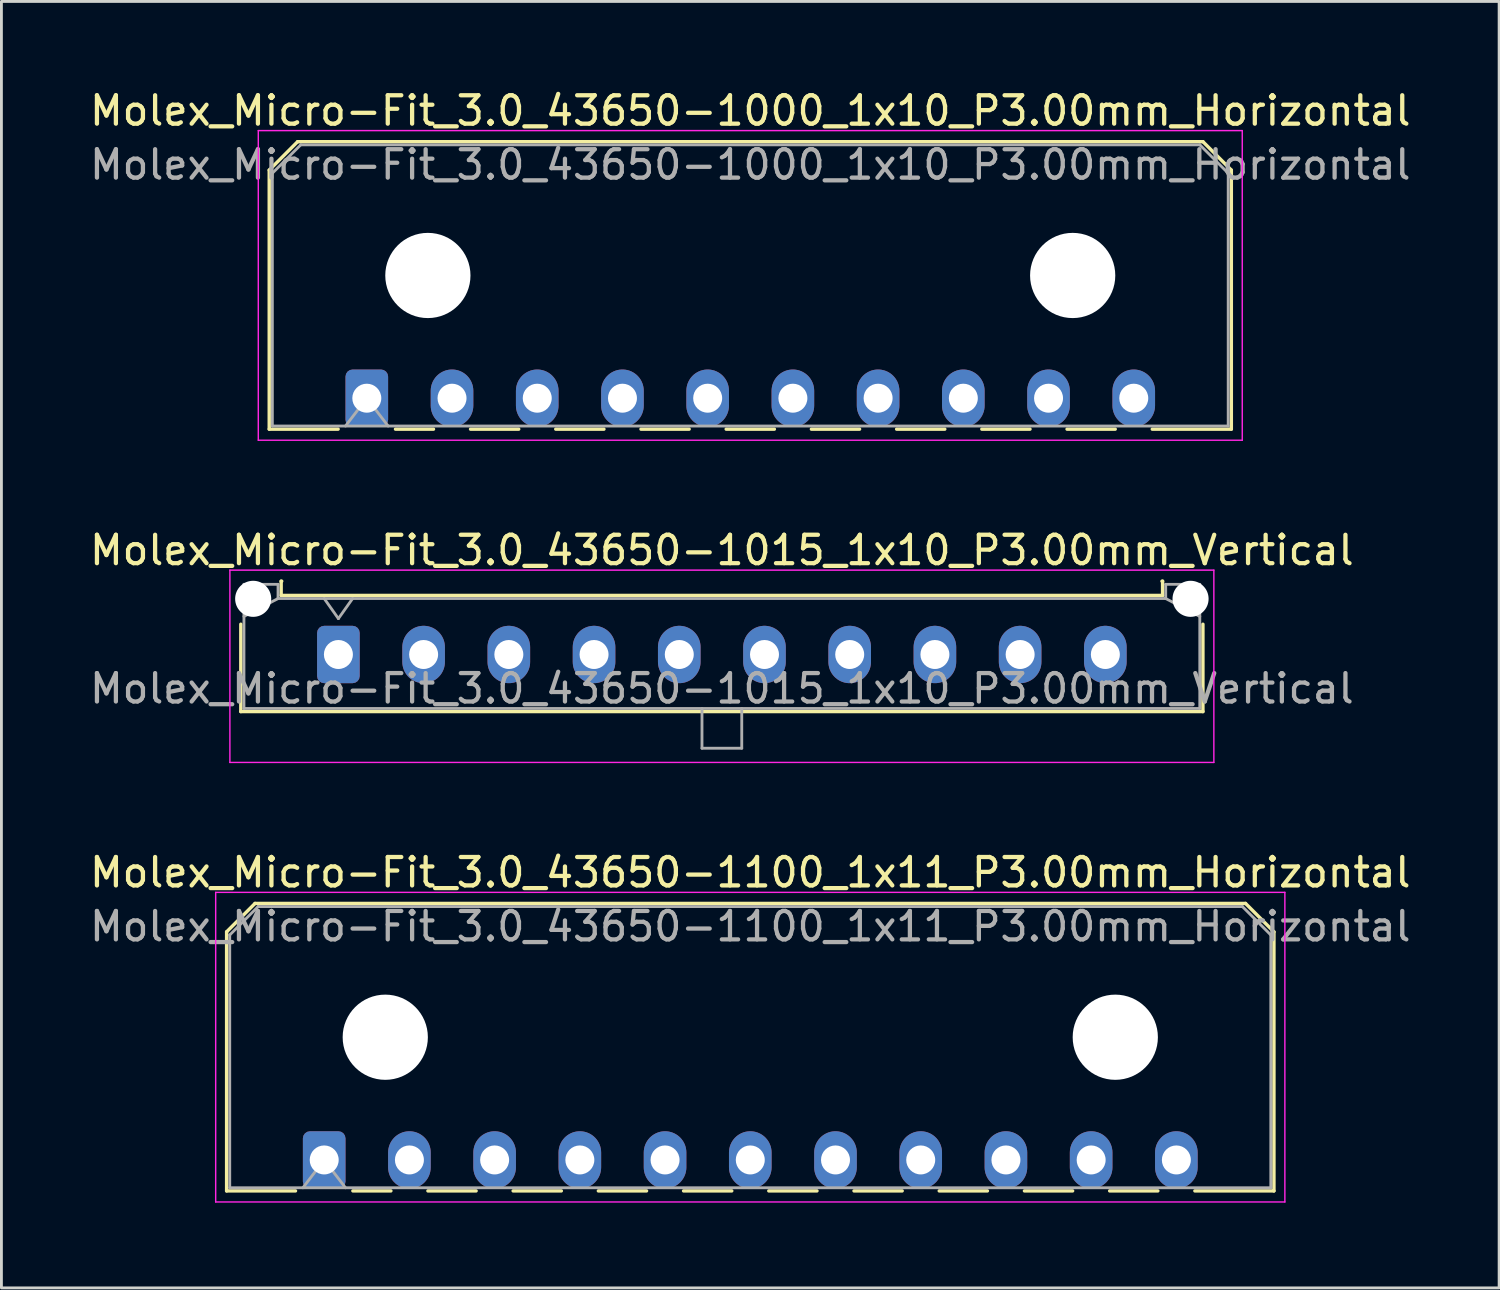
<source format=kicad_pcb>
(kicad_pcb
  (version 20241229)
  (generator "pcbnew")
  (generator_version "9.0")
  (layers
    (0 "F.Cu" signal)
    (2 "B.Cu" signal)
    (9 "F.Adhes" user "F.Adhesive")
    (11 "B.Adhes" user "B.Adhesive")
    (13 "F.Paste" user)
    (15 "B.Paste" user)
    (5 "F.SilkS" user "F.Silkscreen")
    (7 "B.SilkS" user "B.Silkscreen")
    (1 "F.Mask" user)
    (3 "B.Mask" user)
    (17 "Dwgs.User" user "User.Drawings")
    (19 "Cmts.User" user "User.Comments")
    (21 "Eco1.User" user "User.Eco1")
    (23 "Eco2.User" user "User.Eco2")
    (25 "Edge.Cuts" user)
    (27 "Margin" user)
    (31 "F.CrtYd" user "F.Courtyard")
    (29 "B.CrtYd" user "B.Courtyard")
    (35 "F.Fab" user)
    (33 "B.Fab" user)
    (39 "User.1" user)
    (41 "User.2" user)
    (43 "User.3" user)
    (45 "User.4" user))
  (footprint "Molex_Micro-Fit_3.0_43650-1100_1x11_P3.00mm_Horizontal"
    (layer "F.Cu")
    (at 8.363 37.785)
    (property "Reference" "Molex_Micro-Fit_3.0_43650-1100_1x11_P3.00mm_Horizontal" (at 15 -10.12 0) (layer "F.SilkS") (effects (font (size 1 1) (thickness 0.15))))
    (attr through_hole)
    (fp_line (start -3.435 -8.03) (end -2.435 -9.03) (stroke (width 0.12) (type solid)) (layer "F.SilkS"))
    (fp_line (start -3.435 1.09) (end -3.435 -8.03) (stroke (width 0.12) (type solid)) (layer "F.SilkS"))
    (fp_line (start -3.435 1.09) (end -1.01 1.09) (stroke (width 0.12) (type solid)) (layer "F.SilkS"))
    (fp_line (start -2.435 -9.03) (end 32.435 -9.03) (stroke (width 0.12) (type solid)) (layer "F.SilkS"))
    (fp_line (start 1.01 1.09) (end 2.348 1.09) (stroke (width 0.12) (type solid)) (layer "F.SilkS"))
    (fp_line (start 3.652 1.09) (end 5.348 1.09) (stroke (width 0.12) (type solid)) (layer "F.SilkS"))
    (fp_line (start 6.652 1.09) (end 8.348 1.09) (stroke (width 0.12) (type solid)) (layer "F.SilkS"))
    (fp_line (start 9.652 1.09) (end 11.348 1.09) (stroke (width 0.12) (type solid)) (layer "F.SilkS"))
    (fp_line (start 12.652 1.09) (end 14.348 1.09) (stroke (width 0.12) (type solid)) (layer "F.SilkS"))
    (fp_line (start 15.652 1.09) (end 17.348 1.09) (stroke (width 0.12) (type solid)) (layer "F.SilkS"))
    (fp_line (start 18.652 1.09) (end 20.348 1.09) (stroke (width 0.12) (type solid)) (layer "F.SilkS"))
    (fp_line (start 21.652 1.09) (end 23.348 1.09) (stroke (width 0.12) (type solid)) (layer "F.SilkS"))
    (fp_line (start 24.652 1.09) (end 26.348 1.09) (stroke (width 0.12) (type solid)) (layer "F.SilkS"))
    (fp_line (start 27.652 1.09) (end 29.348 1.09) (stroke (width 0.12) (type solid)) (layer "F.SilkS"))
    (fp_line (start 32.435 -9.03) (end 33.435 -8.03) (stroke (width 0.12) (type solid)) (layer "F.SilkS"))
    (fp_line (start 33.435 -8.03) (end 33.435 1.09) (stroke (width 0.12) (type solid)) (layer "F.SilkS"))
    (fp_line (start 33.435 1.09) (end 30.652 1.09) (stroke (width 0.12) (type solid)) (layer "F.SilkS"))
    (fp_line (start -3.82 -9.42) (end 33.82 -9.42) (stroke (width 0.05) (type solid)) (layer "F.CrtYd"))
    (fp_line (start -3.82 1.48) (end -3.82 -9.42) (stroke (width 0.05) (type solid)) (layer "F.CrtYd"))
    (fp_line (start 33.82 -9.42) (end 33.82 1.48) (stroke (width 0.05) (type solid)) (layer "F.CrtYd"))
    (fp_line (start 33.82 1.48) (end -3.82 1.48) (stroke (width 0.05) (type solid)) (layer "F.CrtYd"))
    (fp_line (start -3.325 -7.92) (end -2.325 -8.92) (stroke (width 0.1) (type solid)) (layer "F.Fab"))
    (fp_line (start -3.325 0.98) (end -3.325 -7.92) (stroke (width 0.1) (type solid)) (layer "F.Fab"))
    (fp_line (start -2.325 -8.92) (end 32.325 -8.92) (stroke (width 0.1) (type solid)) (layer "F.Fab"))
    (fp_line (start -0.75 0.98) (end 0 0) (stroke (width 0.1) (type solid)) (layer "F.Fab"))
    (fp_line (start 0 0) (end 0.75 0.98) (stroke (width 0.1) (type solid)) (layer "F.Fab"))
    (fp_line (start 32.325 -8.92) (end 33.325 -7.92) (stroke (width 0.1) (type solid)) (layer "F.Fab"))
    (fp_line (start 33.325 -7.92) (end 33.325 0.98) (stroke (width 0.1) (type solid)) (layer "F.Fab"))
    (fp_line (start 33.325 0.98) (end -3.325 0.98) (stroke (width 0.1) (type solid)) (layer "F.Fab"))
    (fp_text user "${REFERENCE}" (at 15 -8.22 0) (layer "F.Fab") (effects (font (size 1 1) (thickness 0.15))))
    (pad "" np_thru_hole circle (at 2.15 -4.32) (size 3 3) (drill 3) (layers "*.Cu" "*.Mask"))
    (pad "" np_thru_hole circle (at 27.85 -4.32) (size 3 3) (drill 3) (layers "*.Cu" "*.Mask"))
    (pad "1" thru_hole roundrect (at 0 0) (size 1.5 2.02) (drill 1.02) (layers "*.Cu" "*.Mask") (roundrect_rratio 0.167))
    (pad "2" thru_hole oval (at 3 0) (size 1.5 2.02) (drill 1.02) (layers "*.Cu" "*.Mask"))
    (pad "3" thru_hole oval (at 6 0) (size 1.5 2.02) (drill 1.02) (layers "*.Cu" "*.Mask"))
    (pad "4" thru_hole oval (at 9 0) (size 1.5 2.02) (drill 1.02) (layers "*.Cu" "*.Mask"))
    (pad "5" thru_hole oval (at 12 0) (size 1.5 2.02) (drill 1.02) (layers "*.Cu" "*.Mask"))
    (pad "6" thru_hole oval (at 15 0) (size 1.5 2.02) (drill 1.02) (layers "*.Cu" "*.Mask"))
    (pad "7" thru_hole oval (at 18 0) (size 1.5 2.02) (drill 1.02) (layers "*.Cu" "*.Mask"))
    (pad "8" thru_hole oval (at 21 0) (size 1.5 2.02) (drill 1.02) (layers "*.Cu" "*.Mask"))
    (pad "9" thru_hole oval (at 24 0) (size 1.5 2.02) (drill 1.02) (layers "*.Cu" "*.Mask"))
    (pad "10" thru_hole oval (at 27 0) (size 1.5 2.02) (drill 1.02) (layers "*.Cu" "*.Mask"))
    (pad "11" thru_hole oval (at 30 0) (size 1.5 2.02) (drill 1.02) (layers "*.Cu" "*.Mask")))
  (footprint "Molex_Micro-Fit_3.0_43650-1000_1x10_P3.00mm_Horizontal"
    (layer "F.Cu")
    (at 9.863 10.968)
    (property "Reference" "Molex_Micro-Fit_3.0_43650-1000_1x10_P3.00mm_Horizontal" (at 13.5 -10.12 0) (layer "F.SilkS") (effects (font (size 1 1) (thickness 0.15))))
    (attr through_hole)
    (fp_line (start -3.435 -8.03) (end -2.435 -9.03) (stroke (width 0.12) (type solid)) (layer "F.SilkS"))
    (fp_line (start -3.435 1.09) (end -3.435 -8.03) (stroke (width 0.12) (type solid)) (layer "F.SilkS"))
    (fp_line (start -3.435 1.09) (end -1.01 1.09) (stroke (width 0.12) (type solid)) (layer "F.SilkS"))
    (fp_line (start -2.435 -9.03) (end 29.435 -9.03) (stroke (width 0.12) (type solid)) (layer "F.SilkS"))
    (fp_line (start 1.01 1.09) (end 2.348 1.09) (stroke (width 0.12) (type solid)) (layer "F.SilkS"))
    (fp_line (start 3.652 1.09) (end 5.348 1.09) (stroke (width 0.12) (type solid)) (layer "F.SilkS"))
    (fp_line (start 6.652 1.09) (end 8.348 1.09) (stroke (width 0.12) (type solid)) (layer "F.SilkS"))
    (fp_line (start 9.652 1.09) (end 11.348 1.09) (stroke (width 0.12) (type solid)) (layer "F.SilkS"))
    (fp_line (start 12.652 1.09) (end 14.348 1.09) (stroke (width 0.12) (type solid)) (layer "F.SilkS"))
    (fp_line (start 15.652 1.09) (end 17.348 1.09) (stroke (width 0.12) (type solid)) (layer "F.SilkS"))
    (fp_line (start 18.652 1.09) (end 20.348 1.09) (stroke (width 0.12) (type solid)) (layer "F.SilkS"))
    (fp_line (start 21.652 1.09) (end 23.348 1.09) (stroke (width 0.12) (type solid)) (layer "F.SilkS"))
    (fp_line (start 24.652 1.09) (end 26.348 1.09) (stroke (width 0.12) (type solid)) (layer "F.SilkS"))
    (fp_line (start 29.435 -9.03) (end 30.435 -8.03) (stroke (width 0.12) (type solid)) (layer "F.SilkS"))
    (fp_line (start 30.435 -8.03) (end 30.435 1.09) (stroke (width 0.12) (type solid)) (layer "F.SilkS"))
    (fp_line (start 30.435 1.09) (end 27.652 1.09) (stroke (width 0.12) (type solid)) (layer "F.SilkS"))
    (fp_line (start -3.82 -9.42) (end 30.82 -9.42) (stroke (width 0.05) (type solid)) (layer "F.CrtYd"))
    (fp_line (start -3.82 1.48) (end -3.82 -9.42) (stroke (width 0.05) (type solid)) (layer "F.CrtYd"))
    (fp_line (start 30.82 -9.42) (end 30.82 1.48) (stroke (width 0.05) (type solid)) (layer "F.CrtYd"))
    (fp_line (start 30.82 1.48) (end -3.82 1.48) (stroke (width 0.05) (type solid)) (layer "F.CrtYd"))
    (fp_line (start -3.325 -7.92) (end -2.325 -8.92) (stroke (width 0.1) (type solid)) (layer "F.Fab"))
    (fp_line (start -3.325 0.98) (end -3.325 -7.92) (stroke (width 0.1) (type solid)) (layer "F.Fab"))
    (fp_line (start -2.325 -8.92) (end 29.325 -8.92) (stroke (width 0.1) (type solid)) (layer "F.Fab"))
    (fp_line (start -0.75 0.98) (end 0 0) (stroke (width 0.1) (type solid)) (layer "F.Fab"))
    (fp_line (start 0 0) (end 0.75 0.98) (stroke (width 0.1) (type solid)) (layer "F.Fab"))
    (fp_line (start 29.325 -8.92) (end 30.325 -7.92) (stroke (width 0.1) (type solid)) (layer "F.Fab"))
    (fp_line (start 30.325 -7.92) (end 30.325 0.98) (stroke (width 0.1) (type solid)) (layer "F.Fab"))
    (fp_line (start 30.325 0.98) (end -3.325 0.98) (stroke (width 0.1) (type solid)) (layer "F.Fab"))
    (fp_text user "${REFERENCE}" (at 13.5 -8.22 0) (layer "F.Fab") (effects (font (size 1 1) (thickness 0.15))))
    (pad "" np_thru_hole circle (at 2.15 -4.32) (size 3 3) (drill 3) (layers "*.Cu" "*.Mask"))
    (pad "" np_thru_hole circle (at 24.85 -4.32) (size 3 3) (drill 3) (layers "*.Cu" "*.Mask"))
    (pad "1" thru_hole roundrect (at 0 0) (size 1.5 2.02) (drill 1.02) (layers "*.Cu" "*.Mask") (roundrect_rratio 0.167))
    (pad "2" thru_hole oval (at 3 0) (size 1.5 2.02) (drill 1.02) (layers "*.Cu" "*.Mask"))
    (pad "3" thru_hole oval (at 6 0) (size 1.5 2.02) (drill 1.02) (layers "*.Cu" "*.Mask"))
    (pad "4" thru_hole oval (at 9 0) (size 1.5 2.02) (drill 1.02) (layers "*.Cu" "*.Mask"))
    (pad "5" thru_hole oval (at 12 0) (size 1.5 2.02) (drill 1.02) (layers "*.Cu" "*.Mask"))
    (pad "6" thru_hole oval (at 15 0) (size 1.5 2.02) (drill 1.02) (layers "*.Cu" "*.Mask"))
    (pad "7" thru_hole oval (at 18 0) (size 1.5 2.02) (drill 1.02) (layers "*.Cu" "*.Mask"))
    (pad "8" thru_hole oval (at 21 0) (size 1.5 2.02) (drill 1.02) (layers "*.Cu" "*.Mask"))
    (pad "9" thru_hole oval (at 24 0) (size 1.5 2.02) (drill 1.02) (layers "*.Cu" "*.Mask"))
    (pad "10" thru_hole oval (at 27 0) (size 1.5 2.02) (drill 1.02) (layers "*.Cu" "*.Mask")))
  (footprint "Molex_Micro-Fit_3.0_43650-1015_1x10_P3.00mm_Vertical"
    (layer "F.Cu")
    (at 8.863 19.991)
    (property "Reference" "Molex_Micro-Fit_3.0_43650-1015_1x10_P3.00mm_Vertical" (at 13.5 -3.67 0) (layer "F.SilkS") (effects (font (size 1 1) (thickness 0.15))))
    (attr through_hole)
    (fp_line (start -3.435 -1.065) (end -3.435 2.01) (stroke (width 0.12) (type solid)) (layer "F.SilkS"))
    (fp_line (start -3.435 2.01) (end 30.435 2.01) (stroke (width 0.12) (type solid)) (layer "F.SilkS"))
    (fp_line (start -2.015 -2.58) (end -2.015 -2.08) (stroke (width 0.12) (type solid)) (layer "F.SilkS"))
    (fp_line (start -2.015 -2.08) (end 29.015 -2.08) (stroke (width 0.12) (type solid)) (layer "F.SilkS"))
    (fp_line (start -1.995 -2.58) (end -2.015 -2.58) (stroke (width 0.12) (type solid)) (layer "F.SilkS"))
    (fp_line (start 29.015 -2.58) (end 28.995 -2.58) (stroke (width 0.12) (type solid)) (layer "F.SilkS"))
    (fp_line (start 29.015 -2.08) (end 29.015 -2.58) (stroke (width 0.12) (type solid)) (layer "F.SilkS"))
    (fp_line (start 30.435 2.01) (end 30.435 -1.065) (stroke (width 0.12) (type solid)) (layer "F.SilkS"))
    (fp_line (start -3.82 -2.97) (end 30.82 -2.97) (stroke (width 0.05) (type solid)) (layer "F.CrtYd"))
    (fp_line (start -3.82 3.8) (end -3.82 -2.97) (stroke (width 0.05) (type solid)) (layer "F.CrtYd"))
    (fp_line (start 30.82 -2.97) (end 30.82 3.8) (stroke (width 0.05) (type solid)) (layer "F.CrtYd"))
    (fp_line (start 30.82 3.8) (end -3.82 3.8) (stroke (width 0.05) (type solid)) (layer "F.CrtYd"))
    (fp_line (start -3.325 -2.47) (end -3.325 1.9) (stroke (width 0.1) (type solid)) (layer "F.Fab"))
    (fp_line (start -3.325 -1.34) (end -2.125 -1.97) (stroke (width 0.1) (type solid)) (layer "F.Fab"))
    (fp_line (start -3.325 1.9) (end 30.325 1.9) (stroke (width 0.1) (type solid)) (layer "F.Fab"))
    (fp_line (start -2.125 -2.47) (end -3.325 -2.47) (stroke (width 0.1) (type solid)) (layer "F.Fab"))
    (fp_line (start -2.125 -1.97) (end -2.125 -2.47) (stroke (width 0.1) (type solid)) (layer "F.Fab"))
    (fp_line (start -0.5 -1.97) (end 0 -1.263) (stroke (width 0.1) (type solid)) (layer "F.Fab"))
    (fp_line (start 0 -1.263) (end 0.5 -1.97) (stroke (width 0.1) (type solid)) (layer "F.Fab"))
    (fp_line (start 12.8 1.9) (end 12.8 3.3) (stroke (width 0.1) (type solid)) (layer "F.Fab"))
    (fp_line (start 12.8 3.3) (end 14.2 3.3) (stroke (width 0.1) (type solid)) (layer "F.Fab"))
    (fp_line (start 14.2 3.3) (end 14.2 1.9) (stroke (width 0.1) (type solid)) (layer "F.Fab"))
    (fp_line (start 29.125 -2.47) (end 29.125 -1.97) (stroke (width 0.1) (type solid)) (layer "F.Fab"))
    (fp_line (start 29.125 -1.97) (end -2.125 -1.97) (stroke (width 0.1) (type solid)) (layer "F.Fab"))
    (fp_line (start 30.325 -2.47) (end 29.125 -2.47) (stroke (width 0.1) (type solid)) (layer "F.Fab"))
    (fp_line (start 30.325 -1.34) (end 29.125 -1.97) (stroke (width 0.1) (type solid)) (layer "F.Fab"))
    (fp_line (start 30.325 1.9) (end 30.325 -2.47) (stroke (width 0.1) (type solid)) (layer "F.Fab"))
    (fp_text user "${REFERENCE}" (at 13.5 1.2 0) (layer "F.Fab") (effects (font (size 1 1) (thickness 0.15))))
    (pad "" np_thru_hole circle (at -3 -1.96) (size 1.27 1.27) (drill 1.27) (layers "*.Cu" "*.Mask"))
    (pad "" np_thru_hole circle (at 30 -1.96) (size 1.27 1.27) (drill 1.27) (layers "*.Cu" "*.Mask"))
    (pad "1" thru_hole roundrect (at 0 0) (size 1.5 2.02) (drill 1.02) (layers "*.Cu" "*.Mask") (roundrect_rratio 0.167))
    (pad "2" thru_hole oval (at 3 0) (size 1.5 2.02) (drill 1.02) (layers "*.Cu" "*.Mask"))
    (pad "3" thru_hole oval (at 6 0) (size 1.5 2.02) (drill 1.02) (layers "*.Cu" "*.Mask"))
    (pad "4" thru_hole oval (at 9 0) (size 1.5 2.02) (drill 1.02) (layers "*.Cu" "*.Mask"))
    (pad "5" thru_hole oval (at 12 0) (size 1.5 2.02) (drill 1.02) (layers "*.Cu" "*.Mask"))
    (pad "6" thru_hole oval (at 15 0) (size 1.5 2.02) (drill 1.02) (layers "*.Cu" "*.Mask"))
    (pad "7" thru_hole oval (at 18 0) (size 1.5 2.02) (drill 1.02) (layers "*.Cu" "*.Mask"))
    (pad "8" thru_hole oval (at 21 0) (size 1.5 2.02) (drill 1.02) (layers "*.Cu" "*.Mask"))
    (pad "9" thru_hole oval (at 24 0) (size 1.5 2.02) (drill 1.02) (layers "*.Cu" "*.Mask"))
    (pad "10" thru_hole oval (at 27 0) (size 1.5 2.02) (drill 1.02) (layers "*.Cu" "*.Mask")))
  (gr_rect
    (start -3 -3)
    (end 49.726 42.29)
    (stroke (width 0.1) (type default))
    (fill no)
    (layer "Edge.Cuts")))
</source>
